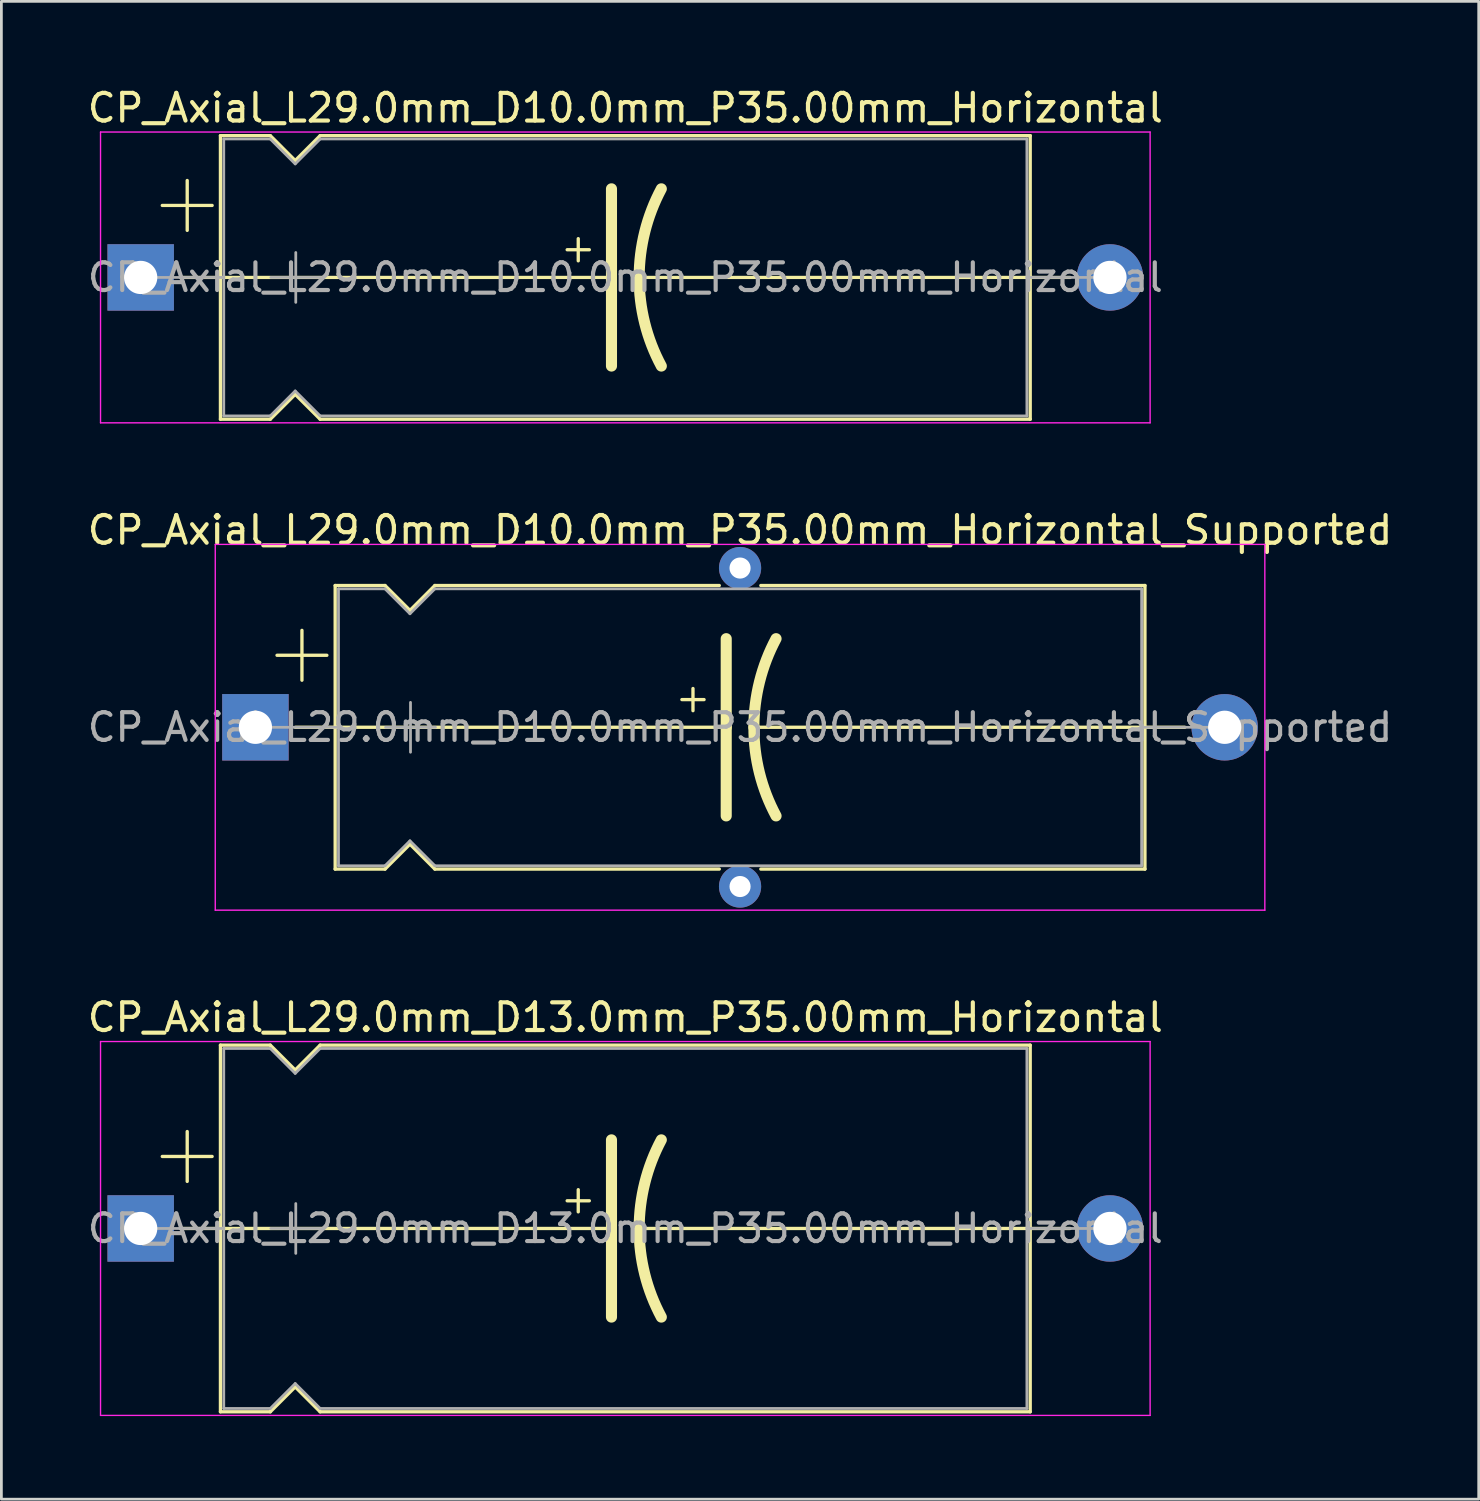
<source format=kicad_pcb>
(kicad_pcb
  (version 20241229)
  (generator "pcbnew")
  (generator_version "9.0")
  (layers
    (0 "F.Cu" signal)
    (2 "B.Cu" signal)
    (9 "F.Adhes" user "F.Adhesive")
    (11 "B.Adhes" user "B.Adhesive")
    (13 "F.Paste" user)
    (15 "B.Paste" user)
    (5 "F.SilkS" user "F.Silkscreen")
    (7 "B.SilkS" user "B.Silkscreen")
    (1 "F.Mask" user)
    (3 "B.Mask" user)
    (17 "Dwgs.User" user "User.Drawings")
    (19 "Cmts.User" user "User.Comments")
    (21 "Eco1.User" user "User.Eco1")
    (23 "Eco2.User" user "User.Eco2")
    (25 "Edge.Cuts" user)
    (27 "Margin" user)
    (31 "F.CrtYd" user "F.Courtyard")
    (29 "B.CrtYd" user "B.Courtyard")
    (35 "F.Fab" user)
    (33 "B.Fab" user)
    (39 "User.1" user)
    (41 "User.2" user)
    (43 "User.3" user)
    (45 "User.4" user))
  (footprint "CP_Axial_L29.0mm_D10.0mm_P35.00mm_Horizontal"
    (layer "F.Cu")
    (at 2.03 6.968)
    (property "Reference" "CP_Axial_L29.0mm_D10.0mm_P35.00mm_Horizontal" (at 17.5 -6.12 0) (layer "F.SilkS") (effects (font (size 1 1) (thickness 0.15))))
    (attr through_hole)
    (fp_line (start 0.78 -2.6) (end 2.58 -2.6) (stroke (width 0.12) (type solid)) (layer "F.SilkS"))
    (fp_line (start 1.44 0) (end 2.88 0) (stroke (width 0.12) (type solid)) (layer "F.SilkS"))
    (fp_line (start 1.68 -3.5) (end 1.68 -1.7) (stroke (width 0.12) (type solid)) (layer "F.SilkS"))
    (fp_line (start 2.88 -5.12) (end 2.88 5.12) (stroke (width 0.12) (type solid)) (layer "F.SilkS"))
    (fp_line (start 2.88 -5.12) (end 4.68 -5.12) (stroke (width 0.12) (type solid)) (layer "F.SilkS"))
    (fp_line (start 2.88 0) (end 17 0) (stroke (width 0.12) (type solid)) (layer "F.SilkS"))
    (fp_line (start 2.88 5.12) (end 4.68 5.12) (stroke (width 0.12) (type solid)) (layer "F.SilkS"))
    (fp_line (start 4.68 -5.12) (end 5.58 -4.22) (stroke (width 0.12) (type solid)) (layer "F.SilkS"))
    (fp_line (start 4.68 5.12) (end 5.58 4.22) (stroke (width 0.12) (type solid)) (layer "F.SilkS"))
    (fp_line (start 5.58 -4.22) (end 6.48 -5.12) (stroke (width 0.12) (type solid)) (layer "F.SilkS"))
    (fp_line (start 5.58 4.22) (end 6.48 5.12) (stroke (width 0.12) (type solid)) (layer "F.SilkS"))
    (fp_line (start 6.48 -5.12) (end 32.12 -5.12) (stroke (width 0.12) (type solid)) (layer "F.SilkS"))
    (fp_line (start 6.48 5.12) (end 32.12 5.12) (stroke (width 0.12) (type solid)) (layer "F.SilkS"))
    (fp_line (start 15.4 -1) (end 16.2 -1) (stroke (width 0.12) (type solid)) (layer "F.SilkS"))
    (fp_line (start 15.8 -1.4) (end 15.8 -0.6) (stroke (width 0.12) (type solid)) (layer "F.SilkS"))
    (fp_line (start 17 0) (end 17 -3.2) (stroke (width 0.4) (type solid)) (layer "F.SilkS"))
    (fp_line (start 17 0) (end 17 3.2) (stroke (width 0.4) (type solid)) (layer "F.SilkS"))
    (fp_line (start 32.12 -5.12) (end 32.12 5.12) (stroke (width 0.12) (type solid)) (layer "F.SilkS"))
    (fp_line (start 32.12 0) (end 18 0) (stroke (width 0.12) (type solid)) (layer "F.SilkS"))
    (fp_line (start 33.56 0) (end 32.12 0) (stroke (width 0.12) (type solid)) (layer "F.SilkS"))
    (fp_arc (start 18 0) (mid 18.203545 -1.649114) (end 18.8 -3.2) (stroke (width 0.4) (type solid)) (layer "F.SilkS"))
    (fp_arc (start 18.8 3.2) (mid 18.200709 1.649823) (end 18 0) (stroke (width 0.4) (type solid)) (layer "F.SilkS"))
    (fp_line (start -1.45 -5.25) (end -1.45 5.25) (stroke (width 0.05) (type solid)) (layer "F.CrtYd"))
    (fp_line (start -1.45 5.25) (end 36.45 5.25) (stroke (width 0.05) (type solid)) (layer "F.CrtYd"))
    (fp_line (start 36.45 -5.25) (end -1.45 -5.25) (stroke (width 0.05) (type solid)) (layer "F.CrtYd"))
    (fp_line (start 36.45 5.25) (end 36.45 -5.25) (stroke (width 0.05) (type solid)) (layer "F.CrtYd"))
    (fp_line (start 0 0) (end 3 0) (stroke (width 0.1) (type solid)) (layer "F.Fab"))
    (fp_line (start 3 -5) (end 3 5) (stroke (width 0.1) (type solid)) (layer "F.Fab"))
    (fp_line (start 3 -5) (end 4.68 -5) (stroke (width 0.1) (type solid)) (layer "F.Fab"))
    (fp_line (start 3 5) (end 4.68 5) (stroke (width 0.1) (type solid)) (layer "F.Fab"))
    (fp_line (start 4.68 -5) (end 5.58 -4.1) (stroke (width 0.1) (type solid)) (layer "F.Fab"))
    (fp_line (start 4.68 5) (end 5.58 4.1) (stroke (width 0.1) (type solid)) (layer "F.Fab"))
    (fp_line (start 4.7 0) (end 6.5 0) (stroke (width 0.1) (type solid)) (layer "F.Fab"))
    (fp_line (start 5.58 -4.1) (end 6.48 -5) (stroke (width 0.1) (type solid)) (layer "F.Fab"))
    (fp_line (start 5.58 4.1) (end 6.48 5) (stroke (width 0.1) (type solid)) (layer "F.Fab"))
    (fp_line (start 5.6 -0.9) (end 5.6 0.9) (stroke (width 0.1) (type solid)) (layer "F.Fab"))
    (fp_line (start 6.48 -5) (end 32 -5) (stroke (width 0.1) (type solid)) (layer "F.Fab"))
    (fp_line (start 6.48 5) (end 32 5) (stroke (width 0.1) (type solid)) (layer "F.Fab"))
    (fp_line (start 32 -5) (end 32 5) (stroke (width 0.1) (type solid)) (layer "F.Fab"))
    (fp_line (start 35 0) (end 32 0) (stroke (width 0.1) (type solid)) (layer "F.Fab"))
    (fp_text user "${REFERENCE}" (at 17.5 0 0) (layer "F.Fab") (effects (font (size 1 1) (thickness 0.15))))
    (pad "1" thru_hole rect (at 0 0) (size 2.4 2.4) (drill 1.2) (layers "*.Cu" "*.Mask"))
    (pad "2" thru_hole oval (at 35 0) (size 2.4 2.4) (drill 1.2) (layers "*.Cu" "*.Mask")))
  (footprint "CP_Axial_L29.0mm_D13.0mm_P35.00mm_Horizontal"
    (layer "F.Cu")
    (at 2.03 41.309)
    (property "Reference" "CP_Axial_L29.0mm_D13.0mm_P35.00mm_Horizontal" (at 17.5 -7.62 0) (layer "F.SilkS") (effects (font (size 1 1) (thickness 0.15))))
    (attr through_hole)
    (fp_line (start 0.78 -2.6) (end 2.58 -2.6) (stroke (width 0.12) (type solid)) (layer "F.SilkS"))
    (fp_line (start 1.44 0) (end 2.88 0) (stroke (width 0.12) (type solid)) (layer "F.SilkS"))
    (fp_line (start 1.68 -3.5) (end 1.68 -1.7) (stroke (width 0.12) (type solid)) (layer "F.SilkS"))
    (fp_line (start 2.88 -6.62) (end 2.88 6.62) (stroke (width 0.12) (type solid)) (layer "F.SilkS"))
    (fp_line (start 2.88 -6.62) (end 4.68 -6.62) (stroke (width 0.12) (type solid)) (layer "F.SilkS"))
    (fp_line (start 2.88 0) (end 17 0) (stroke (width 0.12) (type solid)) (layer "F.SilkS"))
    (fp_line (start 2.88 6.62) (end 4.68 6.62) (stroke (width 0.12) (type solid)) (layer "F.SilkS"))
    (fp_line (start 4.68 -6.62) (end 5.58 -5.72) (stroke (width 0.12) (type solid)) (layer "F.SilkS"))
    (fp_line (start 4.68 6.62) (end 5.58 5.72) (stroke (width 0.12) (type solid)) (layer "F.SilkS"))
    (fp_line (start 5.58 -5.72) (end 6.48 -6.62) (stroke (width 0.12) (type solid)) (layer "F.SilkS"))
    (fp_line (start 5.58 5.72) (end 6.48 6.62) (stroke (width 0.12) (type solid)) (layer "F.SilkS"))
    (fp_line (start 6.48 -6.62) (end 32.12 -6.62) (stroke (width 0.12) (type solid)) (layer "F.SilkS"))
    (fp_line (start 6.48 6.62) (end 32.12 6.62) (stroke (width 0.12) (type solid)) (layer "F.SilkS"))
    (fp_line (start 15.4 -1) (end 16.2 -1) (stroke (width 0.12) (type solid)) (layer "F.SilkS"))
    (fp_line (start 15.8 -1.4) (end 15.8 -0.6) (stroke (width 0.12) (type solid)) (layer "F.SilkS"))
    (fp_line (start 17 0) (end 17 -3.2) (stroke (width 0.4) (type solid)) (layer "F.SilkS"))
    (fp_line (start 17 0) (end 17 3.2) (stroke (width 0.4) (type solid)) (layer "F.SilkS"))
    (fp_line (start 32.12 -6.62) (end 32.12 6.62) (stroke (width 0.12) (type solid)) (layer "F.SilkS"))
    (fp_line (start 32.12 0) (end 18 0) (stroke (width 0.12) (type solid)) (layer "F.SilkS"))
    (fp_line (start 33.56 0) (end 32.12 0) (stroke (width 0.12) (type solid)) (layer "F.SilkS"))
    (fp_arc (start 18 0) (mid 18.203545 -1.649114) (end 18.8 -3.2) (stroke (width 0.4) (type solid)) (layer "F.SilkS"))
    (fp_arc (start 18.8 3.2) (mid 18.200709 1.649823) (end 18 0) (stroke (width 0.4) (type solid)) (layer "F.SilkS"))
    (fp_line (start -1.45 -6.75) (end -1.45 6.75) (stroke (width 0.05) (type solid)) (layer "F.CrtYd"))
    (fp_line (start -1.45 6.75) (end 36.45 6.75) (stroke (width 0.05) (type solid)) (layer "F.CrtYd"))
    (fp_line (start 36.45 -6.75) (end -1.45 -6.75) (stroke (width 0.05) (type solid)) (layer "F.CrtYd"))
    (fp_line (start 36.45 6.75) (end 36.45 -6.75) (stroke (width 0.05) (type solid)) (layer "F.CrtYd"))
    (fp_line (start 0 0) (end 3 0) (stroke (width 0.1) (type solid)) (layer "F.Fab"))
    (fp_line (start 3 -6.5) (end 3 6.5) (stroke (width 0.1) (type solid)) (layer "F.Fab"))
    (fp_line (start 3 -6.5) (end 4.68 -6.5) (stroke (width 0.1) (type solid)) (layer "F.Fab"))
    (fp_line (start 3 6.5) (end 4.68 6.5) (stroke (width 0.1) (type solid)) (layer "F.Fab"))
    (fp_line (start 4.68 -6.5) (end 5.58 -5.6) (stroke (width 0.1) (type solid)) (layer "F.Fab"))
    (fp_line (start 4.68 6.5) (end 5.58 5.6) (stroke (width 0.1) (type solid)) (layer "F.Fab"))
    (fp_line (start 4.7 0) (end 6.5 0) (stroke (width 0.1) (type solid)) (layer "F.Fab"))
    (fp_line (start 5.58 -5.6) (end 6.48 -6.5) (stroke (width 0.1) (type solid)) (layer "F.Fab"))
    (fp_line (start 5.58 5.6) (end 6.48 6.5) (stroke (width 0.1) (type solid)) (layer "F.Fab"))
    (fp_line (start 5.6 -0.9) (end 5.6 0.9) (stroke (width 0.1) (type solid)) (layer "F.Fab"))
    (fp_line (start 6.48 -6.5) (end 32 -6.5) (stroke (width 0.1) (type solid)) (layer "F.Fab"))
    (fp_line (start 6.48 6.5) (end 32 6.5) (stroke (width 0.1) (type solid)) (layer "F.Fab"))
    (fp_line (start 32 -6.5) (end 32 6.5) (stroke (width 0.1) (type solid)) (layer "F.Fab"))
    (fp_line (start 35 0) (end 32 0) (stroke (width 0.1) (type solid)) (layer "F.Fab"))
    (fp_text user "${REFERENCE}" (at 17.5 0 0) (layer "F.Fab") (effects (font (size 1 1) (thickness 0.15))))
    (pad "1" thru_hole rect (at 0 0) (size 2.4 2.4) (drill 1.2) (layers "*.Cu" "*.Mask"))
    (pad "2" thru_hole oval (at 35 0) (size 2.4 2.4) (drill 1.2) (layers "*.Cu" "*.Mask")))
  (footprint "CP_Axial_L29.0mm_D10.0mm_P35.00mm_Horizontal_Supported"
    (layer "F.Cu")
    (at 6.173 23.212)
    (property "Reference" "CP_Axial_L29.0mm_D10.0mm_P35.00mm_Horizontal_Supported" (at 17.5 -7.12 0) (layer "F.SilkS") (effects (font (size 1 1) (thickness 0.15))))
    (attr through_hole)
    (fp_line (start 0.78 -2.6) (end 2.58 -2.6) (stroke (width 0.12) (type solid)) (layer "F.SilkS"))
    (fp_line (start 1.44 0) (end 2.88 0) (stroke (width 0.12) (type solid)) (layer "F.SilkS"))
    (fp_line (start 1.68 -3.5) (end 1.68 -1.7) (stroke (width 0.12) (type solid)) (layer "F.SilkS"))
    (fp_line (start 2.88 -5.12) (end 2.88 5.12) (stroke (width 0.12) (type solid)) (layer "F.SilkS"))
    (fp_line (start 2.88 -5.12) (end 4.68 -5.12) (stroke (width 0.12) (type solid)) (layer "F.SilkS"))
    (fp_line (start 2.88 0) (end 17 0) (stroke (width 0.12) (type solid)) (layer "F.SilkS"))
    (fp_line (start 2.88 5.12) (end 4.68 5.12) (stroke (width 0.12) (type solid)) (layer "F.SilkS"))
    (fp_line (start 4.68 -5.12) (end 5.58 -4.22) (stroke (width 0.12) (type solid)) (layer "F.SilkS"))
    (fp_line (start 4.68 5.12) (end 5.58 4.22) (stroke (width 0.12) (type solid)) (layer "F.SilkS"))
    (fp_line (start 5.58 -4.22) (end 6.48 -5.12) (stroke (width 0.12) (type solid)) (layer "F.SilkS"))
    (fp_line (start 5.58 4.22) (end 6.48 5.12) (stroke (width 0.12) (type solid)) (layer "F.SilkS"))
    (fp_line (start 6.48 -5.12) (end 16.75 -5.12) (stroke (width 0.12) (type solid)) (layer "F.SilkS"))
    (fp_line (start 6.48 5.12) (end 16.75 5.12) (stroke (width 0.12) (type solid)) (layer "F.SilkS"))
    (fp_line (start 15.4 -1) (end 16.2 -1) (stroke (width 0.12) (type solid)) (layer "F.SilkS"))
    (fp_line (start 15.8 -1.4) (end 15.8 -0.6) (stroke (width 0.12) (type solid)) (layer "F.SilkS"))
    (fp_line (start 17 0) (end 17 -3.2) (stroke (width 0.4) (type solid)) (layer "F.SilkS"))
    (fp_line (start 17 0) (end 17 3.2) (stroke (width 0.4) (type solid)) (layer "F.SilkS"))
    (fp_line (start 18.25 -5.12) (end 32.12 -5.12) (stroke (width 0.12) (type solid)) (layer "F.SilkS"))
    (fp_line (start 18.25 5.12) (end 32.12 5.12) (stroke (width 0.12) (type solid)) (layer "F.SilkS"))
    (fp_line (start 32.12 -5.12) (end 32.12 5.12) (stroke (width 0.12) (type solid)) (layer "F.SilkS"))
    (fp_line (start 32.12 0) (end 18 0) (stroke (width 0.12) (type solid)) (layer "F.SilkS"))
    (fp_line (start 33.56 0) (end 32.12 0) (stroke (width 0.12) (type solid)) (layer "F.SilkS"))
    (fp_arc (start 18 0) (mid 18.203545 -1.649114) (end 18.8 -3.2) (stroke (width 0.4) (type solid)) (layer "F.SilkS"))
    (fp_arc (start 18.8 3.2) (mid 18.200709 1.649823) (end 18 0) (stroke (width 0.4) (type solid)) (layer "F.SilkS"))
    (fp_line (start -1.45 -6.604) (end -1.45 6.604) (stroke (width 0.05) (type solid)) (layer "F.CrtYd"))
    (fp_line (start -1.45 6.604) (end 36.45 6.604) (stroke (width 0.05) (type solid)) (layer "F.CrtYd"))
    (fp_line (start 36.449 6.604) (end 36.449 -6.604) (stroke (width 0.05) (type solid)) (layer "F.CrtYd"))
    (fp_line (start 36.45 -6.604) (end -1.45 -6.604) (stroke (width 0.05) (type solid)) (layer "F.CrtYd"))
    (fp_line (start 0 0) (end 3 0) (stroke (width 0.1) (type solid)) (layer "F.Fab"))
    (fp_line (start 3 -5) (end 3 5) (stroke (width 0.1) (type solid)) (layer "F.Fab"))
    (fp_line (start 3 -5) (end 4.68 -5) (stroke (width 0.1) (type solid)) (layer "F.Fab"))
    (fp_line (start 3 5) (end 4.68 5) (stroke (width 0.1) (type solid)) (layer "F.Fab"))
    (fp_line (start 4.68 -5) (end 5.58 -4.1) (stroke (width 0.1) (type solid)) (layer "F.Fab"))
    (fp_line (start 4.68 5) (end 5.58 4.1) (stroke (width 0.1) (type solid)) (layer "F.Fab"))
    (fp_line (start 4.7 0) (end 6.5 0) (stroke (width 0.1) (type solid)) (layer "F.Fab"))
    (fp_line (start 5.58 -4.1) (end 6.48 -5) (stroke (width 0.1) (type solid)) (layer "F.Fab"))
    (fp_line (start 5.58 4.1) (end 6.48 5) (stroke (width 0.1) (type solid)) (layer "F.Fab"))
    (fp_line (start 5.6 -0.9) (end 5.6 0.9) (stroke (width 0.1) (type solid)) (layer "F.Fab"))
    (fp_line (start 6.48 -5) (end 32 -5) (stroke (width 0.1) (type solid)) (layer "F.Fab"))
    (fp_line (start 6.48 5) (end 32 5) (stroke (width 0.1) (type solid)) (layer "F.Fab"))
    (fp_line (start 32 -5) (end 32 5) (stroke (width 0.1) (type solid)) (layer "F.Fab"))
    (fp_line (start 35 0) (end 32 0) (stroke (width 0.1) (type solid)) (layer "F.Fab"))
    (fp_text user "${REFERENCE}" (at 17.5 0 0) (layer "F.Fab") (effects (font (size 1 1) (thickness 0.15))))
    (pad "" thru_hole circle (at 17.5 -5.75) (size 1.524 1.524) (drill 0.762) (layers "*.Cu" "*.Mask"))
    (pad "" thru_hole circle (at 17.5 5.75) (size 1.524 1.524) (drill 0.762) (layers "*.Cu" "*.Mask"))
    (pad "1" thru_hole rect (at 0 0) (size 2.4 2.4) (drill 1.2) (layers "*.Cu" "*.Mask"))
    (pad "2" thru_hole oval (at 35 0) (size 2.4 2.4) (drill 1.2) (layers "*.Cu" "*.Mask")))
  (gr_rect
    (start -3 -3)
    (end 50.345 51.084)
    (stroke (width 0.1) (type default))
    (fill no)
    (layer "Edge.Cuts")))
</source>
